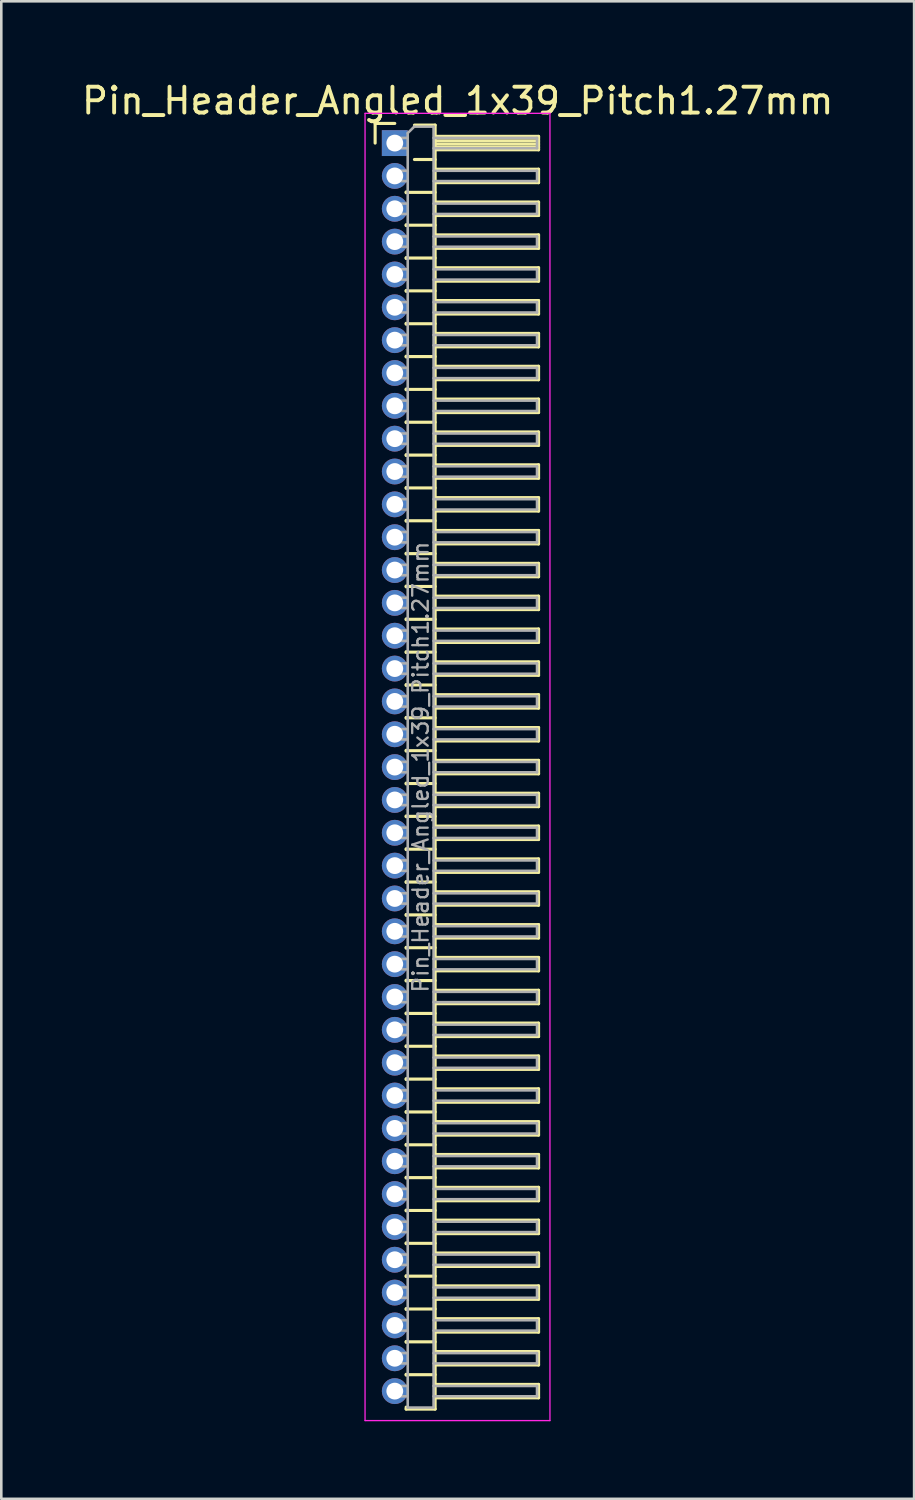
<source format=kicad_pcb>
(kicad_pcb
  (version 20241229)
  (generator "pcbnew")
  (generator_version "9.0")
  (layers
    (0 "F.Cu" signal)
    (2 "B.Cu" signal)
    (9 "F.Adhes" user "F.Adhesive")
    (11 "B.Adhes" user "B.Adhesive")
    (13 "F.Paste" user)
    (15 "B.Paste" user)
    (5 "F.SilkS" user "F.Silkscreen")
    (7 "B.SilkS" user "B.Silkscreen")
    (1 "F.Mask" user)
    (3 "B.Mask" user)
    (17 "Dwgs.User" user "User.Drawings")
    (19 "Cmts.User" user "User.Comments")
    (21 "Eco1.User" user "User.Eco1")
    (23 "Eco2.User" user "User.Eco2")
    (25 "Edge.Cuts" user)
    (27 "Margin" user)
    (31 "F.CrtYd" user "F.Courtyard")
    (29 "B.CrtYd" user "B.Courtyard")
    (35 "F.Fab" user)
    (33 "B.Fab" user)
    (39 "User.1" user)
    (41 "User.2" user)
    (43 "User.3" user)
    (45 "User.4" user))
  (footprint "Pin_Header_Angled_1x39_Pitch1.27mm"
    (layer "F.Cu")
    (at 12.216 2.483)
    (property "Reference" "Pin_Header_Angled_1x39_Pitch1.27mm" (at 2.433 -1.635 0) (layer "F.SilkS") (effects (font (size 1 1) (thickness 0.15))))
    (attr through_hole)
    (fp_line (start -0.76 -0.76) (end 0 -0.76) (stroke (width 0.12) (type solid)) (layer "F.SilkS"))
    (fp_line (start -0.76 0) (end -0.76 -0.76) (stroke (width 0.12) (type solid)) (layer "F.SilkS"))
    (fp_line (start 0.44 1.89) (end 0.44 1.92) (stroke (width 0.12) (type solid)) (layer "F.SilkS"))
    (fp_line (start 0.44 1.905) (end 1.56 1.905) (stroke (width 0.12) (type solid)) (layer "F.SilkS"))
    (fp_line (start 0.44 3.16) (end 0.44 3.19) (stroke (width 0.12) (type solid)) (layer "F.SilkS"))
    (fp_line (start 0.44 3.175) (end 1.56 3.175) (stroke (width 0.12) (type solid)) (layer "F.SilkS"))
    (fp_line (start 0.44 4.43) (end 0.44 4.46) (stroke (width 0.12) (type solid)) (layer "F.SilkS"))
    (fp_line (start 0.44 4.445) (end 1.56 4.445) (stroke (width 0.12) (type solid)) (layer "F.SilkS"))
    (fp_line (start 0.44 5.7) (end 0.44 5.73) (stroke (width 0.12) (type solid)) (layer "F.SilkS"))
    (fp_line (start 0.44 5.715) (end 1.56 5.715) (stroke (width 0.12) (type solid)) (layer "F.SilkS"))
    (fp_line (start 0.44 6.97) (end 0.44 7) (stroke (width 0.12) (type solid)) (layer "F.SilkS"))
    (fp_line (start 0.44 6.985) (end 1.56 6.985) (stroke (width 0.12) (type solid)) (layer "F.SilkS"))
    (fp_line (start 0.44 8.24) (end 0.44 8.27) (stroke (width 0.12) (type solid)) (layer "F.SilkS"))
    (fp_line (start 0.44 8.255) (end 1.56 8.255) (stroke (width 0.12) (type solid)) (layer "F.SilkS"))
    (fp_line (start 0.44 9.51) (end 0.44 9.54) (stroke (width 0.12) (type solid)) (layer "F.SilkS"))
    (fp_line (start 0.44 9.525) (end 1.56 9.525) (stroke (width 0.12) (type solid)) (layer "F.SilkS"))
    (fp_line (start 0.44 10.78) (end 0.44 10.81) (stroke (width 0.12) (type solid)) (layer "F.SilkS"))
    (fp_line (start 0.44 10.795) (end 1.56 10.795) (stroke (width 0.12) (type solid)) (layer "F.SilkS"))
    (fp_line (start 0.44 12.05) (end 0.44 12.08) (stroke (width 0.12) (type solid)) (layer "F.SilkS"))
    (fp_line (start 0.44 12.065) (end 1.56 12.065) (stroke (width 0.12) (type solid)) (layer "F.SilkS"))
    (fp_line (start 0.44 13.32) (end 0.44 13.35) (stroke (width 0.12) (type solid)) (layer "F.SilkS"))
    (fp_line (start 0.44 13.335) (end 1.56 13.335) (stroke (width 0.12) (type solid)) (layer "F.SilkS"))
    (fp_line (start 0.44 14.59) (end 0.44 14.62) (stroke (width 0.12) (type solid)) (layer "F.SilkS"))
    (fp_line (start 0.44 14.605) (end 1.56 14.605) (stroke (width 0.12) (type solid)) (layer "F.SilkS"))
    (fp_line (start 0.44 15.86) (end 0.44 15.89) (stroke (width 0.12) (type solid)) (layer "F.SilkS"))
    (fp_line (start 0.44 15.875) (end 1.56 15.875) (stroke (width 0.12) (type solid)) (layer "F.SilkS"))
    (fp_line (start 0.44 17.13) (end 0.44 17.16) (stroke (width 0.12) (type solid)) (layer "F.SilkS"))
    (fp_line (start 0.44 17.145) (end 1.56 17.145) (stroke (width 0.12) (type solid)) (layer "F.SilkS"))
    (fp_line (start 0.44 18.4) (end 0.44 18.43) (stroke (width 0.12) (type solid)) (layer "F.SilkS"))
    (fp_line (start 0.44 18.415) (end 1.56 18.415) (stroke (width 0.12) (type solid)) (layer "F.SilkS"))
    (fp_line (start 0.44 19.67) (end 0.44 19.7) (stroke (width 0.12) (type solid)) (layer "F.SilkS"))
    (fp_line (start 0.44 19.685) (end 1.56 19.685) (stroke (width 0.12) (type solid)) (layer "F.SilkS"))
    (fp_line (start 0.44 20.94) (end 0.44 20.97) (stroke (width 0.12) (type solid)) (layer "F.SilkS"))
    (fp_line (start 0.44 20.955) (end 1.56 20.955) (stroke (width 0.12) (type solid)) (layer "F.SilkS"))
    (fp_line (start 0.44 22.21) (end 0.44 22.24) (stroke (width 0.12) (type solid)) (layer "F.SilkS"))
    (fp_line (start 0.44 22.225) (end 1.56 22.225) (stroke (width 0.12) (type solid)) (layer "F.SilkS"))
    (fp_line (start 0.44 23.48) (end 0.44 23.51) (stroke (width 0.12) (type solid)) (layer "F.SilkS"))
    (fp_line (start 0.44 23.495) (end 1.56 23.495) (stroke (width 0.12) (type solid)) (layer "F.SilkS"))
    (fp_line (start 0.44 24.75) (end 0.44 24.78) (stroke (width 0.12) (type solid)) (layer "F.SilkS"))
    (fp_line (start 0.44 24.765) (end 1.56 24.765) (stroke (width 0.12) (type solid)) (layer "F.SilkS"))
    (fp_line (start 0.44 26.02) (end 0.44 26.05) (stroke (width 0.12) (type solid)) (layer "F.SilkS"))
    (fp_line (start 0.44 26.035) (end 1.56 26.035) (stroke (width 0.12) (type solid)) (layer "F.SilkS"))
    (fp_line (start 0.44 27.29) (end 0.44 27.32) (stroke (width 0.12) (type solid)) (layer "F.SilkS"))
    (fp_line (start 0.44 27.305) (end 1.56 27.305) (stroke (width 0.12) (type solid)) (layer "F.SilkS"))
    (fp_line (start 0.44 28.56) (end 0.44 28.59) (stroke (width 0.12) (type solid)) (layer "F.SilkS"))
    (fp_line (start 0.44 28.575) (end 1.56 28.575) (stroke (width 0.12) (type solid)) (layer "F.SilkS"))
    (fp_line (start 0.44 29.83) (end 0.44 29.86) (stroke (width 0.12) (type solid)) (layer "F.SilkS"))
    (fp_line (start 0.44 29.845) (end 1.56 29.845) (stroke (width 0.12) (type solid)) (layer "F.SilkS"))
    (fp_line (start 0.44 31.1) (end 0.44 31.13) (stroke (width 0.12) (type solid)) (layer "F.SilkS"))
    (fp_line (start 0.44 31.115) (end 1.56 31.115) (stroke (width 0.12) (type solid)) (layer "F.SilkS"))
    (fp_line (start 0.44 32.37) (end 0.44 32.4) (stroke (width 0.12) (type solid)) (layer "F.SilkS"))
    (fp_line (start 0.44 32.385) (end 1.56 32.385) (stroke (width 0.12) (type solid)) (layer "F.SilkS"))
    (fp_line (start 0.44 33.64) (end 0.44 33.67) (stroke (width 0.12) (type solid)) (layer "F.SilkS"))
    (fp_line (start 0.44 33.655) (end 1.56 33.655) (stroke (width 0.12) (type solid)) (layer "F.SilkS"))
    (fp_line (start 0.44 34.91) (end 0.44 34.94) (stroke (width 0.12) (type solid)) (layer "F.SilkS"))
    (fp_line (start 0.44 34.925) (end 1.56 34.925) (stroke (width 0.12) (type solid)) (layer "F.SilkS"))
    (fp_line (start 0.44 36.18) (end 0.44 36.21) (stroke (width 0.12) (type solid)) (layer "F.SilkS"))
    (fp_line (start 0.44 36.195) (end 1.56 36.195) (stroke (width 0.12) (type solid)) (layer "F.SilkS"))
    (fp_line (start 0.44 37.45) (end 0.44 37.48) (stroke (width 0.12) (type solid)) (layer "F.SilkS"))
    (fp_line (start 0.44 37.465) (end 1.56 37.465) (stroke (width 0.12) (type solid)) (layer "F.SilkS"))
    (fp_line (start 0.44 38.72) (end 0.44 38.75) (stroke (width 0.12) (type solid)) (layer "F.SilkS"))
    (fp_line (start 0.44 38.735) (end 1.56 38.735) (stroke (width 0.12) (type solid)) (layer "F.SilkS"))
    (fp_line (start 0.44 39.99) (end 0.44 40.02) (stroke (width 0.12) (type solid)) (layer "F.SilkS"))
    (fp_line (start 0.44 40.005) (end 1.56 40.005) (stroke (width 0.12) (type solid)) (layer "F.SilkS"))
    (fp_line (start 0.44 41.26) (end 0.44 41.29) (stroke (width 0.12) (type solid)) (layer "F.SilkS"))
    (fp_line (start 0.44 41.275) (end 1.56 41.275) (stroke (width 0.12) (type solid)) (layer "F.SilkS"))
    (fp_line (start 0.44 42.53) (end 0.44 42.56) (stroke (width 0.12) (type solid)) (layer "F.SilkS"))
    (fp_line (start 0.44 42.545) (end 1.56 42.545) (stroke (width 0.12) (type solid)) (layer "F.SilkS"))
    (fp_line (start 0.44 43.8) (end 0.44 43.83) (stroke (width 0.12) (type solid)) (layer "F.SilkS"))
    (fp_line (start 0.44 43.815) (end 1.56 43.815) (stroke (width 0.12) (type solid)) (layer "F.SilkS"))
    (fp_line (start 0.44 45.07) (end 0.44 45.1) (stroke (width 0.12) (type solid)) (layer "F.SilkS"))
    (fp_line (start 0.44 45.085) (end 1.56 45.085) (stroke (width 0.12) (type solid)) (layer "F.SilkS"))
    (fp_line (start 0.44 46.34) (end 0.44 46.37) (stroke (width 0.12) (type solid)) (layer "F.SilkS"))
    (fp_line (start 0.44 46.355) (end 1.56 46.355) (stroke (width 0.12) (type solid)) (layer "F.SilkS"))
    (fp_line (start 0.44 47.61) (end 0.44 47.64) (stroke (width 0.12) (type solid)) (layer "F.SilkS"))
    (fp_line (start 0.44 47.625) (end 1.56 47.625) (stroke (width 0.12) (type solid)) (layer "F.SilkS"))
    (fp_line (start 0.44 48.955) (end 0.44 48.88) (stroke (width 0.12) (type solid)) (layer "F.SilkS"))
    (fp_line (start 0.76 -0.695) (end 1.56 -0.695) (stroke (width 0.12) (type solid)) (layer "F.SilkS"))
    (fp_line (start 0.76 0.635) (end 1.56 0.635) (stroke (width 0.12) (type solid)) (layer "F.SilkS"))
    (fp_line (start 1.56 -0.695) (end 1.56 48.955) (stroke (width 0.12) (type solid)) (layer "F.SilkS"))
    (fp_line (start 1.56 -0.26) (end 5.56 -0.26) (stroke (width 0.12) (type solid)) (layer "F.SilkS"))
    (fp_line (start 1.56 -0.2) (end 5.56 -0.2) (stroke (width 0.12) (type solid)) (layer "F.SilkS"))
    (fp_line (start 1.56 -0.08) (end 5.56 -0.08) (stroke (width 0.12) (type solid)) (layer "F.SilkS"))
    (fp_line (start 1.56 0.04) (end 5.56 0.04) (stroke (width 0.12) (type solid)) (layer "F.SilkS"))
    (fp_line (start 1.56 0.16) (end 5.56 0.16) (stroke (width 0.12) (type solid)) (layer "F.SilkS"))
    (fp_line (start 1.56 1.01) (end 5.56 1.01) (stroke (width 0.12) (type solid)) (layer "F.SilkS"))
    (fp_line (start 1.56 2.28) (end 5.56 2.28) (stroke (width 0.12) (type solid)) (layer "F.SilkS"))
    (fp_line (start 1.56 3.55) (end 5.56 3.55) (stroke (width 0.12) (type solid)) (layer "F.SilkS"))
    (fp_line (start 1.56 4.82) (end 5.56 4.82) (stroke (width 0.12) (type solid)) (layer "F.SilkS"))
    (fp_line (start 1.56 6.09) (end 5.56 6.09) (stroke (width 0.12) (type solid)) (layer "F.SilkS"))
    (fp_line (start 1.56 7.36) (end 5.56 7.36) (stroke (width 0.12) (type solid)) (layer "F.SilkS"))
    (fp_line (start 1.56 8.63) (end 5.56 8.63) (stroke (width 0.12) (type solid)) (layer "F.SilkS"))
    (fp_line (start 1.56 9.9) (end 5.56 9.9) (stroke (width 0.12) (type solid)) (layer "F.SilkS"))
    (fp_line (start 1.56 11.17) (end 5.56 11.17) (stroke (width 0.12) (type solid)) (layer "F.SilkS"))
    (fp_line (start 1.56 12.44) (end 5.56 12.44) (stroke (width 0.12) (type solid)) (layer "F.SilkS"))
    (fp_line (start 1.56 13.71) (end 5.56 13.71) (stroke (width 0.12) (type solid)) (layer "F.SilkS"))
    (fp_line (start 1.56 14.98) (end 5.56 14.98) (stroke (width 0.12) (type solid)) (layer "F.SilkS"))
    (fp_line (start 1.56 16.25) (end 5.56 16.25) (stroke (width 0.12) (type solid)) (layer "F.SilkS"))
    (fp_line (start 1.56 17.52) (end 5.56 17.52) (stroke (width 0.12) (type solid)) (layer "F.SilkS"))
    (fp_line (start 1.56 18.79) (end 5.56 18.79) (stroke (width 0.12) (type solid)) (layer "F.SilkS"))
    (fp_line (start 1.56 20.06) (end 5.56 20.06) (stroke (width 0.12) (type solid)) (layer "F.SilkS"))
    (fp_line (start 1.56 21.33) (end 5.56 21.33) (stroke (width 0.12) (type solid)) (layer "F.SilkS"))
    (fp_line (start 1.56 22.6) (end 5.56 22.6) (stroke (width 0.12) (type solid)) (layer "F.SilkS"))
    (fp_line (start 1.56 23.87) (end 5.56 23.87) (stroke (width 0.12) (type solid)) (layer "F.SilkS"))
    (fp_line (start 1.56 25.14) (end 5.56 25.14) (stroke (width 0.12) (type solid)) (layer "F.SilkS"))
    (fp_line (start 1.56 26.41) (end 5.56 26.41) (stroke (width 0.12) (type solid)) (layer "F.SilkS"))
    (fp_line (start 1.56 27.68) (end 5.56 27.68) (stroke (width 0.12) (type solid)) (layer "F.SilkS"))
    (fp_line (start 1.56 28.95) (end 5.56 28.95) (stroke (width 0.12) (type solid)) (layer "F.SilkS"))
    (fp_line (start 1.56 30.22) (end 5.56 30.22) (stroke (width 0.12) (type solid)) (layer "F.SilkS"))
    (fp_line (start 1.56 31.49) (end 5.56 31.49) (stroke (width 0.12) (type solid)) (layer "F.SilkS"))
    (fp_line (start 1.56 32.76) (end 5.56 32.76) (stroke (width 0.12) (type solid)) (layer "F.SilkS"))
    (fp_line (start 1.56 34.03) (end 5.56 34.03) (stroke (width 0.12) (type solid)) (layer "F.SilkS"))
    (fp_line (start 1.56 35.3) (end 5.56 35.3) (stroke (width 0.12) (type solid)) (layer "F.SilkS"))
    (fp_line (start 1.56 36.57) (end 5.56 36.57) (stroke (width 0.12) (type solid)) (layer "F.SilkS"))
    (fp_line (start 1.56 37.84) (end 5.56 37.84) (stroke (width 0.12) (type solid)) (layer "F.SilkS"))
    (fp_line (start 1.56 39.11) (end 5.56 39.11) (stroke (width 0.12) (type solid)) (layer "F.SilkS"))
    (fp_line (start 1.56 40.38) (end 5.56 40.38) (stroke (width 0.12) (type solid)) (layer "F.SilkS"))
    (fp_line (start 1.56 41.65) (end 5.56 41.65) (stroke (width 0.12) (type solid)) (layer "F.SilkS"))
    (fp_line (start 1.56 42.92) (end 5.56 42.92) (stroke (width 0.12) (type solid)) (layer "F.SilkS"))
    (fp_line (start 1.56 44.19) (end 5.56 44.19) (stroke (width 0.12) (type solid)) (layer "F.SilkS"))
    (fp_line (start 1.56 45.46) (end 5.56 45.46) (stroke (width 0.12) (type solid)) (layer "F.SilkS"))
    (fp_line (start 1.56 46.73) (end 5.56 46.73) (stroke (width 0.12) (type solid)) (layer "F.SilkS"))
    (fp_line (start 1.56 48) (end 5.56 48) (stroke (width 0.12) (type solid)) (layer "F.SilkS"))
    (fp_line (start 1.56 48.955) (end 0.44 48.955) (stroke (width 0.12) (type solid)) (layer "F.SilkS"))
    (fp_line (start 5.56 -0.26) (end 5.56 0.26) (stroke (width 0.12) (type solid)) (layer "F.SilkS"))
    (fp_line (start 5.56 0.26) (end 1.56 0.26) (stroke (width 0.12) (type solid)) (layer "F.SilkS"))
    (fp_line (start 5.56 1.01) (end 5.56 1.53) (stroke (width 0.12) (type solid)) (layer "F.SilkS"))
    (fp_line (start 5.56 1.53) (end 1.56 1.53) (stroke (width 0.12) (type solid)) (layer "F.SilkS"))
    (fp_line (start 5.56 2.28) (end 5.56 2.8) (stroke (width 0.12) (type solid)) (layer "F.SilkS"))
    (fp_line (start 5.56 2.8) (end 1.56 2.8) (stroke (width 0.12) (type solid)) (layer "F.SilkS"))
    (fp_line (start 5.56 3.55) (end 5.56 4.07) (stroke (width 0.12) (type solid)) (layer "F.SilkS"))
    (fp_line (start 5.56 4.07) (end 1.56 4.07) (stroke (width 0.12) (type solid)) (layer "F.SilkS"))
    (fp_line (start 5.56 4.82) (end 5.56 5.34) (stroke (width 0.12) (type solid)) (layer "F.SilkS"))
    (fp_line (start 5.56 5.34) (end 1.56 5.34) (stroke (width 0.12) (type solid)) (layer "F.SilkS"))
    (fp_line (start 5.56 6.09) (end 5.56 6.61) (stroke (width 0.12) (type solid)) (layer "F.SilkS"))
    (fp_line (start 5.56 6.61) (end 1.56 6.61) (stroke (width 0.12) (type solid)) (layer "F.SilkS"))
    (fp_line (start 5.56 7.36) (end 5.56 7.88) (stroke (width 0.12) (type solid)) (layer "F.SilkS"))
    (fp_line (start 5.56 7.88) (end 1.56 7.88) (stroke (width 0.12) (type solid)) (layer "F.SilkS"))
    (fp_line (start 5.56 8.63) (end 5.56 9.15) (stroke (width 0.12) (type solid)) (layer "F.SilkS"))
    (fp_line (start 5.56 9.15) (end 1.56 9.15) (stroke (width 0.12) (type solid)) (layer "F.SilkS"))
    (fp_line (start 5.56 9.9) (end 5.56 10.42) (stroke (width 0.12) (type solid)) (layer "F.SilkS"))
    (fp_line (start 5.56 10.42) (end 1.56 10.42) (stroke (width 0.12) (type solid)) (layer "F.SilkS"))
    (fp_line (start 5.56 11.17) (end 5.56 11.69) (stroke (width 0.12) (type solid)) (layer "F.SilkS"))
    (fp_line (start 5.56 11.69) (end 1.56 11.69) (stroke (width 0.12) (type solid)) (layer "F.SilkS"))
    (fp_line (start 5.56 12.44) (end 5.56 12.96) (stroke (width 0.12) (type solid)) (layer "F.SilkS"))
    (fp_line (start 5.56 12.96) (end 1.56 12.96) (stroke (width 0.12) (type solid)) (layer "F.SilkS"))
    (fp_line (start 5.56 13.71) (end 5.56 14.23) (stroke (width 0.12) (type solid)) (layer "F.SilkS"))
    (fp_line (start 5.56 14.23) (end 1.56 14.23) (stroke (width 0.12) (type solid)) (layer "F.SilkS"))
    (fp_line (start 5.56 14.98) (end 5.56 15.5) (stroke (width 0.12) (type solid)) (layer "F.SilkS"))
    (fp_line (start 5.56 15.5) (end 1.56 15.5) (stroke (width 0.12) (type solid)) (layer "F.SilkS"))
    (fp_line (start 5.56 16.25) (end 5.56 16.77) (stroke (width 0.12) (type solid)) (layer "F.SilkS"))
    (fp_line (start 5.56 16.77) (end 1.56 16.77) (stroke (width 0.12) (type solid)) (layer "F.SilkS"))
    (fp_line (start 5.56 17.52) (end 5.56 18.04) (stroke (width 0.12) (type solid)) (layer "F.SilkS"))
    (fp_line (start 5.56 18.04) (end 1.56 18.04) (stroke (width 0.12) (type solid)) (layer "F.SilkS"))
    (fp_line (start 5.56 18.79) (end 5.56 19.31) (stroke (width 0.12) (type solid)) (layer "F.SilkS"))
    (fp_line (start 5.56 19.31) (end 1.56 19.31) (stroke (width 0.12) (type solid)) (layer "F.SilkS"))
    (fp_line (start 5.56 20.06) (end 5.56 20.58) (stroke (width 0.12) (type solid)) (layer "F.SilkS"))
    (fp_line (start 5.56 20.58) (end 1.56 20.58) (stroke (width 0.12) (type solid)) (layer "F.SilkS"))
    (fp_line (start 5.56 21.33) (end 5.56 21.85) (stroke (width 0.12) (type solid)) (layer "F.SilkS"))
    (fp_line (start 5.56 21.85) (end 1.56 21.85) (stroke (width 0.12) (type solid)) (layer "F.SilkS"))
    (fp_line (start 5.56 22.6) (end 5.56 23.12) (stroke (width 0.12) (type solid)) (layer "F.SilkS"))
    (fp_line (start 5.56 23.12) (end 1.56 23.12) (stroke (width 0.12) (type solid)) (layer "F.SilkS"))
    (fp_line (start 5.56 23.87) (end 5.56 24.39) (stroke (width 0.12) (type solid)) (layer "F.SilkS"))
    (fp_line (start 5.56 24.39) (end 1.56 24.39) (stroke (width 0.12) (type solid)) (layer "F.SilkS"))
    (fp_line (start 5.56 25.14) (end 5.56 25.66) (stroke (width 0.12) (type solid)) (layer "F.SilkS"))
    (fp_line (start 5.56 25.66) (end 1.56 25.66) (stroke (width 0.12) (type solid)) (layer "F.SilkS"))
    (fp_line (start 5.56 26.41) (end 5.56 26.93) (stroke (width 0.12) (type solid)) (layer "F.SilkS"))
    (fp_line (start 5.56 26.93) (end 1.56 26.93) (stroke (width 0.12) (type solid)) (layer "F.SilkS"))
    (fp_line (start 5.56 27.68) (end 5.56 28.2) (stroke (width 0.12) (type solid)) (layer "F.SilkS"))
    (fp_line (start 5.56 28.2) (end 1.56 28.2) (stroke (width 0.12) (type solid)) (layer "F.SilkS"))
    (fp_line (start 5.56 28.95) (end 5.56 29.47) (stroke (width 0.12) (type solid)) (layer "F.SilkS"))
    (fp_line (start 5.56 29.47) (end 1.56 29.47) (stroke (width 0.12) (type solid)) (layer "F.SilkS"))
    (fp_line (start 5.56 30.22) (end 5.56 30.74) (stroke (width 0.12) (type solid)) (layer "F.SilkS"))
    (fp_line (start 5.56 30.74) (end 1.56 30.74) (stroke (width 0.12) (type solid)) (layer "F.SilkS"))
    (fp_line (start 5.56 31.49) (end 5.56 32.01) (stroke (width 0.12) (type solid)) (layer "F.SilkS"))
    (fp_line (start 5.56 32.01) (end 1.56 32.01) (stroke (width 0.12) (type solid)) (layer "F.SilkS"))
    (fp_line (start 5.56 32.76) (end 5.56 33.28) (stroke (width 0.12) (type solid)) (layer "F.SilkS"))
    (fp_line (start 5.56 33.28) (end 1.56 33.28) (stroke (width 0.12) (type solid)) (layer "F.SilkS"))
    (fp_line (start 5.56 34.03) (end 5.56 34.55) (stroke (width 0.12) (type solid)) (layer "F.SilkS"))
    (fp_line (start 5.56 34.55) (end 1.56 34.55) (stroke (width 0.12) (type solid)) (layer "F.SilkS"))
    (fp_line (start 5.56 35.3) (end 5.56 35.82) (stroke (width 0.12) (type solid)) (layer "F.SilkS"))
    (fp_line (start 5.56 35.82) (end 1.56 35.82) (stroke (width 0.12) (type solid)) (layer "F.SilkS"))
    (fp_line (start 5.56 36.57) (end 5.56 37.09) (stroke (width 0.12) (type solid)) (layer "F.SilkS"))
    (fp_line (start 5.56 37.09) (end 1.56 37.09) (stroke (width 0.12) (type solid)) (layer "F.SilkS"))
    (fp_line (start 5.56 37.84) (end 5.56 38.36) (stroke (width 0.12) (type solid)) (layer "F.SilkS"))
    (fp_line (start 5.56 38.36) (end 1.56 38.36) (stroke (width 0.12) (type solid)) (layer "F.SilkS"))
    (fp_line (start 5.56 39.11) (end 5.56 39.63) (stroke (width 0.12) (type solid)) (layer "F.SilkS"))
    (fp_line (start 5.56 39.63) (end 1.56 39.63) (stroke (width 0.12) (type solid)) (layer "F.SilkS"))
    (fp_line (start 5.56 40.38) (end 5.56 40.9) (stroke (width 0.12) (type solid)) (layer "F.SilkS"))
    (fp_line (start 5.56 40.9) (end 1.56 40.9) (stroke (width 0.12) (type solid)) (layer "F.SilkS"))
    (fp_line (start 5.56 41.65) (end 5.56 42.17) (stroke (width 0.12) (type solid)) (layer "F.SilkS"))
    (fp_line (start 5.56 42.17) (end 1.56 42.17) (stroke (width 0.12) (type solid)) (layer "F.SilkS"))
    (fp_line (start 5.56 42.92) (end 5.56 43.44) (stroke (width 0.12) (type solid)) (layer "F.SilkS"))
    (fp_line (start 5.56 43.44) (end 1.56 43.44) (stroke (width 0.12) (type solid)) (layer "F.SilkS"))
    (fp_line (start 5.56 44.19) (end 5.56 44.71) (stroke (width 0.12) (type solid)) (layer "F.SilkS"))
    (fp_line (start 5.56 44.71) (end 1.56 44.71) (stroke (width 0.12) (type solid)) (layer "F.SilkS"))
    (fp_line (start 5.56 45.46) (end 5.56 45.98) (stroke (width 0.12) (type solid)) (layer "F.SilkS"))
    (fp_line (start 5.56 45.98) (end 1.56 45.98) (stroke (width 0.12) (type solid)) (layer "F.SilkS"))
    (fp_line (start 5.56 46.73) (end 5.56 47.25) (stroke (width 0.12) (type solid)) (layer "F.SilkS"))
    (fp_line (start 5.56 47.25) (end 1.56 47.25) (stroke (width 0.12) (type solid)) (layer "F.SilkS"))
    (fp_line (start 5.56 48) (end 5.56 48.52) (stroke (width 0.12) (type solid)) (layer "F.SilkS"))
    (fp_line (start 5.56 48.52) (end 1.56 48.52) (stroke (width 0.12) (type solid)) (layer "F.SilkS"))
    (fp_line (start -1.15 -1.15) (end -1.15 49.4) (stroke (width 0.05) (type solid)) (layer "F.CrtYd"))
    (fp_line (start -1.15 49.4) (end 6 49.4) (stroke (width 0.05) (type solid)) (layer "F.CrtYd"))
    (fp_line (start 6 -1.15) (end -1.15 -1.15) (stroke (width 0.05) (type solid)) (layer "F.CrtYd"))
    (fp_line (start 6 49.4) (end 6 -1.15) (stroke (width 0.05) (type solid)) (layer "F.CrtYd"))
    (fp_line (start -0.2 -0.2) (end -0.2 0.2) (stroke (width 0.1) (type solid)) (layer "F.Fab"))
    (fp_line (start -0.2 -0.2) (end 0.5 -0.2) (stroke (width 0.1) (type solid)) (layer "F.Fab"))
    (fp_line (start -0.2 0.2) (end 0.5 0.2) (stroke (width 0.1) (type solid)) (layer "F.Fab"))
    (fp_line (start -0.2 1.07) (end -0.2 1.47) (stroke (width 0.1) (type solid)) (layer "F.Fab"))
    (fp_line (start -0.2 1.07) (end 0.5 1.07) (stroke (width 0.1) (type solid)) (layer "F.Fab"))
    (fp_line (start -0.2 1.47) (end 0.5 1.47) (stroke (width 0.1) (type solid)) (layer "F.Fab"))
    (fp_line (start -0.2 2.34) (end -0.2 2.74) (stroke (width 0.1) (type solid)) (layer "F.Fab"))
    (fp_line (start -0.2 2.34) (end 0.5 2.34) (stroke (width 0.1) (type solid)) (layer "F.Fab"))
    (fp_line (start -0.2 2.74) (end 0.5 2.74) (stroke (width 0.1) (type solid)) (layer "F.Fab"))
    (fp_line (start -0.2 3.61) (end -0.2 4.01) (stroke (width 0.1) (type solid)) (layer "F.Fab"))
    (fp_line (start -0.2 3.61) (end 0.5 3.61) (stroke (width 0.1) (type solid)) (layer "F.Fab"))
    (fp_line (start -0.2 4.01) (end 0.5 4.01) (stroke (width 0.1) (type solid)) (layer "F.Fab"))
    (fp_line (start -0.2 4.88) (end -0.2 5.28) (stroke (width 0.1) (type solid)) (layer "F.Fab"))
    (fp_line (start -0.2 4.88) (end 0.5 4.88) (stroke (width 0.1) (type solid)) (layer "F.Fab"))
    (fp_line (start -0.2 5.28) (end 0.5 5.28) (stroke (width 0.1) (type solid)) (layer "F.Fab"))
    (fp_line (start -0.2 6.15) (end -0.2 6.55) (stroke (width 0.1) (type solid)) (layer "F.Fab"))
    (fp_line (start -0.2 6.15) (end 0.5 6.15) (stroke (width 0.1) (type solid)) (layer "F.Fab"))
    (fp_line (start -0.2 6.55) (end 0.5 6.55) (stroke (width 0.1) (type solid)) (layer "F.Fab"))
    (fp_line (start -0.2 7.42) (end -0.2 7.82) (stroke (width 0.1) (type solid)) (layer "F.Fab"))
    (fp_line (start -0.2 7.42) (end 0.5 7.42) (stroke (width 0.1) (type solid)) (layer "F.Fab"))
    (fp_line (start -0.2 7.82) (end 0.5 7.82) (stroke (width 0.1) (type solid)) (layer "F.Fab"))
    (fp_line (start -0.2 8.69) (end -0.2 9.09) (stroke (width 0.1) (type solid)) (layer "F.Fab"))
    (fp_line (start -0.2 8.69) (end 0.5 8.69) (stroke (width 0.1) (type solid)) (layer "F.Fab"))
    (fp_line (start -0.2 9.09) (end 0.5 9.09) (stroke (width 0.1) (type solid)) (layer "F.Fab"))
    (fp_line (start -0.2 9.96) (end -0.2 10.36) (stroke (width 0.1) (type solid)) (layer "F.Fab"))
    (fp_line (start -0.2 9.96) (end 0.5 9.96) (stroke (width 0.1) (type solid)) (layer "F.Fab"))
    (fp_line (start -0.2 10.36) (end 0.5 10.36) (stroke (width 0.1) (type solid)) (layer "F.Fab"))
    (fp_line (start -0.2 11.23) (end -0.2 11.63) (stroke (width 0.1) (type solid)) (layer "F.Fab"))
    (fp_line (start -0.2 11.23) (end 0.5 11.23) (stroke (width 0.1) (type solid)) (layer "F.Fab"))
    (fp_line (start -0.2 11.63) (end 0.5 11.63) (stroke (width 0.1) (type solid)) (layer "F.Fab"))
    (fp_line (start -0.2 12.5) (end -0.2 12.9) (stroke (width 0.1) (type solid)) (layer "F.Fab"))
    (fp_line (start -0.2 12.5) (end 0.5 12.5) (stroke (width 0.1) (type solid)) (layer "F.Fab"))
    (fp_line (start -0.2 12.9) (end 0.5 12.9) (stroke (width 0.1) (type solid)) (layer "F.Fab"))
    (fp_line (start -0.2 13.77) (end -0.2 14.17) (stroke (width 0.1) (type solid)) (layer "F.Fab"))
    (fp_line (start -0.2 13.77) (end 0.5 13.77) (stroke (width 0.1) (type solid)) (layer "F.Fab"))
    (fp_line (start -0.2 14.17) (end 0.5 14.17) (stroke (width 0.1) (type solid)) (layer "F.Fab"))
    (fp_line (start -0.2 15.04) (end -0.2 15.44) (stroke (width 0.1) (type solid)) (layer "F.Fab"))
    (fp_line (start -0.2 15.04) (end 0.5 15.04) (stroke (width 0.1) (type solid)) (layer "F.Fab"))
    (fp_line (start -0.2 15.44) (end 0.5 15.44) (stroke (width 0.1) (type solid)) (layer "F.Fab"))
    (fp_line (start -0.2 16.31) (end -0.2 16.71) (stroke (width 0.1) (type solid)) (layer "F.Fab"))
    (fp_line (start -0.2 16.31) (end 0.5 16.31) (stroke (width 0.1) (type solid)) (layer "F.Fab"))
    (fp_line (start -0.2 16.71) (end 0.5 16.71) (stroke (width 0.1) (type solid)) (layer "F.Fab"))
    (fp_line (start -0.2 17.58) (end -0.2 17.98) (stroke (width 0.1) (type solid)) (layer "F.Fab"))
    (fp_line (start -0.2 17.58) (end 0.5 17.58) (stroke (width 0.1) (type solid)) (layer "F.Fab"))
    (fp_line (start -0.2 17.98) (end 0.5 17.98) (stroke (width 0.1) (type solid)) (layer "F.Fab"))
    (fp_line (start -0.2 18.85) (end -0.2 19.25) (stroke (width 0.1) (type solid)) (layer "F.Fab"))
    (fp_line (start -0.2 18.85) (end 0.5 18.85) (stroke (width 0.1) (type solid)) (layer "F.Fab"))
    (fp_line (start -0.2 19.25) (end 0.5 19.25) (stroke (width 0.1) (type solid)) (layer "F.Fab"))
    (fp_line (start -0.2 20.12) (end -0.2 20.52) (stroke (width 0.1) (type solid)) (layer "F.Fab"))
    (fp_line (start -0.2 20.12) (end 0.5 20.12) (stroke (width 0.1) (type solid)) (layer "F.Fab"))
    (fp_line (start -0.2 20.52) (end 0.5 20.52) (stroke (width 0.1) (type solid)) (layer "F.Fab"))
    (fp_line (start -0.2 21.39) (end -0.2 21.79) (stroke (width 0.1) (type solid)) (layer "F.Fab"))
    (fp_line (start -0.2 21.39) (end 0.5 21.39) (stroke (width 0.1) (type solid)) (layer "F.Fab"))
    (fp_line (start -0.2 21.79) (end 0.5 21.79) (stroke (width 0.1) (type solid)) (layer "F.Fab"))
    (fp_line (start -0.2 22.66) (end -0.2 23.06) (stroke (width 0.1) (type solid)) (layer "F.Fab"))
    (fp_line (start -0.2 22.66) (end 0.5 22.66) (stroke (width 0.1) (type solid)) (layer "F.Fab"))
    (fp_line (start -0.2 23.06) (end 0.5 23.06) (stroke (width 0.1) (type solid)) (layer "F.Fab"))
    (fp_line (start -0.2 23.93) (end -0.2 24.33) (stroke (width 0.1) (type solid)) (layer "F.Fab"))
    (fp_line (start -0.2 23.93) (end 0.5 23.93) (stroke (width 0.1) (type solid)) (layer "F.Fab"))
    (fp_line (start -0.2 24.33) (end 0.5 24.33) (stroke (width 0.1) (type solid)) (layer "F.Fab"))
    (fp_line (start -0.2 25.2) (end -0.2 25.6) (stroke (width 0.1) (type solid)) (layer "F.Fab"))
    (fp_line (start -0.2 25.2) (end 0.5 25.2) (stroke (width 0.1) (type solid)) (layer "F.Fab"))
    (fp_line (start -0.2 25.6) (end 0.5 25.6) (stroke (width 0.1) (type solid)) (layer "F.Fab"))
    (fp_line (start -0.2 26.47) (end -0.2 26.87) (stroke (width 0.1) (type solid)) (layer "F.Fab"))
    (fp_line (start -0.2 26.47) (end 0.5 26.47) (stroke (width 0.1) (type solid)) (layer "F.Fab"))
    (fp_line (start -0.2 26.87) (end 0.5 26.87) (stroke (width 0.1) (type solid)) (layer "F.Fab"))
    (fp_line (start -0.2 27.74) (end -0.2 28.14) (stroke (width 0.1) (type solid)) (layer "F.Fab"))
    (fp_line (start -0.2 27.74) (end 0.5 27.74) (stroke (width 0.1) (type solid)) (layer "F.Fab"))
    (fp_line (start -0.2 28.14) (end 0.5 28.14) (stroke (width 0.1) (type solid)) (layer "F.Fab"))
    (fp_line (start -0.2 29.01) (end -0.2 29.41) (stroke (width 0.1) (type solid)) (layer "F.Fab"))
    (fp_line (start -0.2 29.01) (end 0.5 29.01) (stroke (width 0.1) (type solid)) (layer "F.Fab"))
    (fp_line (start -0.2 29.41) (end 0.5 29.41) (stroke (width 0.1) (type solid)) (layer "F.Fab"))
    (fp_line (start -0.2 30.28) (end -0.2 30.68) (stroke (width 0.1) (type solid)) (layer "F.Fab"))
    (fp_line (start -0.2 30.28) (end 0.5 30.28) (stroke (width 0.1) (type solid)) (layer "F.Fab"))
    (fp_line (start -0.2 30.68) (end 0.5 30.68) (stroke (width 0.1) (type solid)) (layer "F.Fab"))
    (fp_line (start -0.2 31.55) (end -0.2 31.95) (stroke (width 0.1) (type solid)) (layer "F.Fab"))
    (fp_line (start -0.2 31.55) (end 0.5 31.55) (stroke (width 0.1) (type solid)) (layer "F.Fab"))
    (fp_line (start -0.2 31.95) (end 0.5 31.95) (stroke (width 0.1) (type solid)) (layer "F.Fab"))
    (fp_line (start -0.2 32.82) (end -0.2 33.22) (stroke (width 0.1) (type solid)) (layer "F.Fab"))
    (fp_line (start -0.2 32.82) (end 0.5 32.82) (stroke (width 0.1) (type solid)) (layer "F.Fab"))
    (fp_line (start -0.2 33.22) (end 0.5 33.22) (stroke (width 0.1) (type solid)) (layer "F.Fab"))
    (fp_line (start -0.2 34.09) (end -0.2 34.49) (stroke (width 0.1) (type solid)) (layer "F.Fab"))
    (fp_line (start -0.2 34.09) (end 0.5 34.09) (stroke (width 0.1) (type solid)) (layer "F.Fab"))
    (fp_line (start -0.2 34.49) (end 0.5 34.49) (stroke (width 0.1) (type solid)) (layer "F.Fab"))
    (fp_line (start -0.2 35.36) (end -0.2 35.76) (stroke (width 0.1) (type solid)) (layer "F.Fab"))
    (fp_line (start -0.2 35.36) (end 0.5 35.36) (stroke (width 0.1) (type solid)) (layer "F.Fab"))
    (fp_line (start -0.2 35.76) (end 0.5 35.76) (stroke (width 0.1) (type solid)) (layer "F.Fab"))
    (fp_line (start -0.2 36.63) (end -0.2 37.03) (stroke (width 0.1) (type solid)) (layer "F.Fab"))
    (fp_line (start -0.2 36.63) (end 0.5 36.63) (stroke (width 0.1) (type solid)) (layer "F.Fab"))
    (fp_line (start -0.2 37.03) (end 0.5 37.03) (stroke (width 0.1) (type solid)) (layer "F.Fab"))
    (fp_line (start -0.2 37.9) (end -0.2 38.3) (stroke (width 0.1) (type solid)) (layer "F.Fab"))
    (fp_line (start -0.2 37.9) (end 0.5 37.9) (stroke (width 0.1) (type solid)) (layer "F.Fab"))
    (fp_line (start -0.2 38.3) (end 0.5 38.3) (stroke (width 0.1) (type solid)) (layer "F.Fab"))
    (fp_line (start -0.2 39.17) (end -0.2 39.57) (stroke (width 0.1) (type solid)) (layer "F.Fab"))
    (fp_line (start -0.2 39.17) (end 0.5 39.17) (stroke (width 0.1) (type solid)) (layer "F.Fab"))
    (fp_line (start -0.2 39.57) (end 0.5 39.57) (stroke (width 0.1) (type solid)) (layer "F.Fab"))
    (fp_line (start -0.2 40.44) (end -0.2 40.84) (stroke (width 0.1) (type solid)) (layer "F.Fab"))
    (fp_line (start -0.2 40.44) (end 0.5 40.44) (stroke (width 0.1) (type solid)) (layer "F.Fab"))
    (fp_line (start -0.2 40.84) (end 0.5 40.84) (stroke (width 0.1) (type solid)) (layer "F.Fab"))
    (fp_line (start -0.2 41.71) (end -0.2 42.11) (stroke (width 0.1) (type solid)) (layer "F.Fab"))
    (fp_line (start -0.2 41.71) (end 0.5 41.71) (stroke (width 0.1) (type solid)) (layer "F.Fab"))
    (fp_line (start -0.2 42.11) (end 0.5 42.11) (stroke (width 0.1) (type solid)) (layer "F.Fab"))
    (fp_line (start -0.2 42.98) (end -0.2 43.38) (stroke (width 0.1) (type solid)) (layer "F.Fab"))
    (fp_line (start -0.2 42.98) (end 0.5 42.98) (stroke (width 0.1) (type solid)) (layer "F.Fab"))
    (fp_line (start -0.2 43.38) (end 0.5 43.38) (stroke (width 0.1) (type solid)) (layer "F.Fab"))
    (fp_line (start -0.2 44.25) (end -0.2 44.65) (stroke (width 0.1) (type solid)) (layer "F.Fab"))
    (fp_line (start -0.2 44.25) (end 0.5 44.25) (stroke (width 0.1) (type solid)) (layer "F.Fab"))
    (fp_line (start -0.2 44.65) (end 0.5 44.65) (stroke (width 0.1) (type solid)) (layer "F.Fab"))
    (fp_line (start -0.2 45.52) (end -0.2 45.92) (stroke (width 0.1) (type solid)) (layer "F.Fab"))
    (fp_line (start -0.2 45.52) (end 0.5 45.52) (stroke (width 0.1) (type solid)) (layer "F.Fab"))
    (fp_line (start -0.2 45.92) (end 0.5 45.92) (stroke (width 0.1) (type solid)) (layer "F.Fab"))
    (fp_line (start -0.2 46.79) (end -0.2 47.19) (stroke (width 0.1) (type solid)) (layer "F.Fab"))
    (fp_line (start -0.2 46.79) (end 0.5 46.79) (stroke (width 0.1) (type solid)) (layer "F.Fab"))
    (fp_line (start -0.2 47.19) (end 0.5 47.19) (stroke (width 0.1) (type solid)) (layer "F.Fab"))
    (fp_line (start -0.2 48.06) (end -0.2 48.46) (stroke (width 0.1) (type solid)) (layer "F.Fab"))
    (fp_line (start -0.2 48.06) (end 0.5 48.06) (stroke (width 0.1) (type solid)) (layer "F.Fab"))
    (fp_line (start -0.2 48.46) (end 0.5 48.46) (stroke (width 0.1) (type solid)) (layer "F.Fab"))
    (fp_line (start 0.5 -0.385) (end 0.75 -0.635) (stroke (width 0.1) (type solid)) (layer "F.Fab"))
    (fp_line (start 0.5 48.895) (end 0.5 -0.385) (stroke (width 0.1) (type solid)) (layer "F.Fab"))
    (fp_line (start 0.75 -0.635) (end 1.5 -0.635) (stroke (width 0.1) (type solid)) (layer "F.Fab"))
    (fp_line (start 1.5 -0.635) (end 1.5 48.895) (stroke (width 0.1) (type solid)) (layer "F.Fab"))
    (fp_line (start 1.5 -0.2) (end 5.5 -0.2) (stroke (width 0.1) (type solid)) (layer "F.Fab"))
    (fp_line (start 1.5 0.2) (end 5.5 0.2) (stroke (width 0.1) (type solid)) (layer "F.Fab"))
    (fp_line (start 1.5 1.07) (end 5.5 1.07) (stroke (width 0.1) (type solid)) (layer "F.Fab"))
    (fp_line (start 1.5 1.47) (end 5.5 1.47) (stroke (width 0.1) (type solid)) (layer "F.Fab"))
    (fp_line (start 1.5 2.34) (end 5.5 2.34) (stroke (width 0.1) (type solid)) (layer "F.Fab"))
    (fp_line (start 1.5 2.74) (end 5.5 2.74) (stroke (width 0.1) (type solid)) (layer "F.Fab"))
    (fp_line (start 1.5 3.61) (end 5.5 3.61) (stroke (width 0.1) (type solid)) (layer "F.Fab"))
    (fp_line (start 1.5 4.01) (end 5.5 4.01) (stroke (width 0.1) (type solid)) (layer "F.Fab"))
    (fp_line (start 1.5 4.88) (end 5.5 4.88) (stroke (width 0.1) (type solid)) (layer "F.Fab"))
    (fp_line (start 1.5 5.28) (end 5.5 5.28) (stroke (width 0.1) (type solid)) (layer "F.Fab"))
    (fp_line (start 1.5 6.15) (end 5.5 6.15) (stroke (width 0.1) (type solid)) (layer "F.Fab"))
    (fp_line (start 1.5 6.55) (end 5.5 6.55) (stroke (width 0.1) (type solid)) (layer "F.Fab"))
    (fp_line (start 1.5 7.42) (end 5.5 7.42) (stroke (width 0.1) (type solid)) (layer "F.Fab"))
    (fp_line (start 1.5 7.82) (end 5.5 7.82) (stroke (width 0.1) (type solid)) (layer "F.Fab"))
    (fp_line (start 1.5 8.69) (end 5.5 8.69) (stroke (width 0.1) (type solid)) (layer "F.Fab"))
    (fp_line (start 1.5 9.09) (end 5.5 9.09) (stroke (width 0.1) (type solid)) (layer "F.Fab"))
    (fp_line (start 1.5 9.96) (end 5.5 9.96) (stroke (width 0.1) (type solid)) (layer "F.Fab"))
    (fp_line (start 1.5 10.36) (end 5.5 10.36) (stroke (width 0.1) (type solid)) (layer "F.Fab"))
    (fp_line (start 1.5 11.23) (end 5.5 11.23) (stroke (width 0.1) (type solid)) (layer "F.Fab"))
    (fp_line (start 1.5 11.63) (end 5.5 11.63) (stroke (width 0.1) (type solid)) (layer "F.Fab"))
    (fp_line (start 1.5 12.5) (end 5.5 12.5) (stroke (width 0.1) (type solid)) (layer "F.Fab"))
    (fp_line (start 1.5 12.9) (end 5.5 12.9) (stroke (width 0.1) (type solid)) (layer "F.Fab"))
    (fp_line (start 1.5 13.77) (end 5.5 13.77) (stroke (width 0.1) (type solid)) (layer "F.Fab"))
    (fp_line (start 1.5 14.17) (end 5.5 14.17) (stroke (width 0.1) (type solid)) (layer "F.Fab"))
    (fp_line (start 1.5 15.04) (end 5.5 15.04) (stroke (width 0.1) (type solid)) (layer "F.Fab"))
    (fp_line (start 1.5 15.44) (end 5.5 15.44) (stroke (width 0.1) (type solid)) (layer "F.Fab"))
    (fp_line (start 1.5 16.31) (end 5.5 16.31) (stroke (width 0.1) (type solid)) (layer "F.Fab"))
    (fp_line (start 1.5 16.71) (end 5.5 16.71) (stroke (width 0.1) (type solid)) (layer "F.Fab"))
    (fp_line (start 1.5 17.58) (end 5.5 17.58) (stroke (width 0.1) (type solid)) (layer "F.Fab"))
    (fp_line (start 1.5 17.98) (end 5.5 17.98) (stroke (width 0.1) (type solid)) (layer "F.Fab"))
    (fp_line (start 1.5 18.85) (end 5.5 18.85) (stroke (width 0.1) (type solid)) (layer "F.Fab"))
    (fp_line (start 1.5 19.25) (end 5.5 19.25) (stroke (width 0.1) (type solid)) (layer "F.Fab"))
    (fp_line (start 1.5 20.12) (end 5.5 20.12) (stroke (width 0.1) (type solid)) (layer "F.Fab"))
    (fp_line (start 1.5 20.52) (end 5.5 20.52) (stroke (width 0.1) (type solid)) (layer "F.Fab"))
    (fp_line (start 1.5 21.39) (end 5.5 21.39) (stroke (width 0.1) (type solid)) (layer "F.Fab"))
    (fp_line (start 1.5 21.79) (end 5.5 21.79) (stroke (width 0.1) (type solid)) (layer "F.Fab"))
    (fp_line (start 1.5 22.66) (end 5.5 22.66) (stroke (width 0.1) (type solid)) (layer "F.Fab"))
    (fp_line (start 1.5 23.06) (end 5.5 23.06) (stroke (width 0.1) (type solid)) (layer "F.Fab"))
    (fp_line (start 1.5 23.93) (end 5.5 23.93) (stroke (width 0.1) (type solid)) (layer "F.Fab"))
    (fp_line (start 1.5 24.33) (end 5.5 24.33) (stroke (width 0.1) (type solid)) (layer "F.Fab"))
    (fp_line (start 1.5 25.2) (end 5.5 25.2) (stroke (width 0.1) (type solid)) (layer "F.Fab"))
    (fp_line (start 1.5 25.6) (end 5.5 25.6) (stroke (width 0.1) (type solid)) (layer "F.Fab"))
    (fp_line (start 1.5 26.47) (end 5.5 26.47) (stroke (width 0.1) (type solid)) (layer "F.Fab"))
    (fp_line (start 1.5 26.87) (end 5.5 26.87) (stroke (width 0.1) (type solid)) (layer "F.Fab"))
    (fp_line (start 1.5 27.74) (end 5.5 27.74) (stroke (width 0.1) (type solid)) (layer "F.Fab"))
    (fp_line (start 1.5 28.14) (end 5.5 28.14) (stroke (width 0.1) (type solid)) (layer "F.Fab"))
    (fp_line (start 1.5 29.01) (end 5.5 29.01) (stroke (width 0.1) (type solid)) (layer "F.Fab"))
    (fp_line (start 1.5 29.41) (end 5.5 29.41) (stroke (width 0.1) (type solid)) (layer "F.Fab"))
    (fp_line (start 1.5 30.28) (end 5.5 30.28) (stroke (width 0.1) (type solid)) (layer "F.Fab"))
    (fp_line (start 1.5 30.68) (end 5.5 30.68) (stroke (width 0.1) (type solid)) (layer "F.Fab"))
    (fp_line (start 1.5 31.55) (end 5.5 31.55) (stroke (width 0.1) (type solid)) (layer "F.Fab"))
    (fp_line (start 1.5 31.95) (end 5.5 31.95) (stroke (width 0.1) (type solid)) (layer "F.Fab"))
    (fp_line (start 1.5 32.82) (end 5.5 32.82) (stroke (width 0.1) (type solid)) (layer "F.Fab"))
    (fp_line (start 1.5 33.22) (end 5.5 33.22) (stroke (width 0.1) (type solid)) (layer "F.Fab"))
    (fp_line (start 1.5 34.09) (end 5.5 34.09) (stroke (width 0.1) (type solid)) (layer "F.Fab"))
    (fp_line (start 1.5 34.49) (end 5.5 34.49) (stroke (width 0.1) (type solid)) (layer "F.Fab"))
    (fp_line (start 1.5 35.36) (end 5.5 35.36) (stroke (width 0.1) (type solid)) (layer "F.Fab"))
    (fp_line (start 1.5 35.76) (end 5.5 35.76) (stroke (width 0.1) (type solid)) (layer "F.Fab"))
    (fp_line (start 1.5 36.63) (end 5.5 36.63) (stroke (width 0.1) (type solid)) (layer "F.Fab"))
    (fp_line (start 1.5 37.03) (end 5.5 37.03) (stroke (width 0.1) (type solid)) (layer "F.Fab"))
    (fp_line (start 1.5 37.9) (end 5.5 37.9) (stroke (width 0.1) (type solid)) (layer "F.Fab"))
    (fp_line (start 1.5 38.3) (end 5.5 38.3) (stroke (width 0.1) (type solid)) (layer "F.Fab"))
    (fp_line (start 1.5 39.17) (end 5.5 39.17) (stroke (width 0.1) (type solid)) (layer "F.Fab"))
    (fp_line (start 1.5 39.57) (end 5.5 39.57) (stroke (width 0.1) (type solid)) (layer "F.Fab"))
    (fp_line (start 1.5 40.44) (end 5.5 40.44) (stroke (width 0.1) (type solid)) (layer "F.Fab"))
    (fp_line (start 1.5 40.84) (end 5.5 40.84) (stroke (width 0.1) (type solid)) (layer "F.Fab"))
    (fp_line (start 1.5 41.71) (end 5.5 41.71) (stroke (width 0.1) (type solid)) (layer "F.Fab"))
    (fp_line (start 1.5 42.11) (end 5.5 42.11) (stroke (width 0.1) (type solid)) (layer "F.Fab"))
    (fp_line (start 1.5 42.98) (end 5.5 42.98) (stroke (width 0.1) (type solid)) (layer "F.Fab"))
    (fp_line (start 1.5 43.38) (end 5.5 43.38) (stroke (width 0.1) (type solid)) (layer "F.Fab"))
    (fp_line (start 1.5 44.25) (end 5.5 44.25) (stroke (width 0.1) (type solid)) (layer "F.Fab"))
    (fp_line (start 1.5 44.65) (end 5.5 44.65) (stroke (width 0.1) (type solid)) (layer "F.Fab"))
    (fp_line (start 1.5 45.52) (end 5.5 45.52) (stroke (width 0.1) (type solid)) (layer "F.Fab"))
    (fp_line (start 1.5 45.92) (end 5.5 45.92) (stroke (width 0.1) (type solid)) (layer "F.Fab"))
    (fp_line (start 1.5 46.79) (end 5.5 46.79) (stroke (width 0.1) (type solid)) (layer "F.Fab"))
    (fp_line (start 1.5 47.19) (end 5.5 47.19) (stroke (width 0.1) (type solid)) (layer "F.Fab"))
    (fp_line (start 1.5 48.06) (end 5.5 48.06) (stroke (width 0.1) (type solid)) (layer "F.Fab"))
    (fp_line (start 1.5 48.46) (end 5.5 48.46) (stroke (width 0.1) (type solid)) (layer "F.Fab"))
    (fp_line (start 1.5 48.895) (end 0.5 48.895) (stroke (width 0.1) (type solid)) (layer "F.Fab"))
    (fp_line (start 5.5 -0.2) (end 5.5 0.2) (stroke (width 0.1) (type solid)) (layer "F.Fab"))
    (fp_line (start 5.5 1.07) (end 5.5 1.47) (stroke (width 0.1) (type solid)) (layer "F.Fab"))
    (fp_line (start 5.5 2.34) (end 5.5 2.74) (stroke (width 0.1) (type solid)) (layer "F.Fab"))
    (fp_line (start 5.5 3.61) (end 5.5 4.01) (stroke (width 0.1) (type solid)) (layer "F.Fab"))
    (fp_line (start 5.5 4.88) (end 5.5 5.28) (stroke (width 0.1) (type solid)) (layer "F.Fab"))
    (fp_line (start 5.5 6.15) (end 5.5 6.55) (stroke (width 0.1) (type solid)) (layer "F.Fab"))
    (fp_line (start 5.5 7.42) (end 5.5 7.82) (stroke (width 0.1) (type solid)) (layer "F.Fab"))
    (fp_line (start 5.5 8.69) (end 5.5 9.09) (stroke (width 0.1) (type solid)) (layer "F.Fab"))
    (fp_line (start 5.5 9.96) (end 5.5 10.36) (stroke (width 0.1) (type solid)) (layer "F.Fab"))
    (fp_line (start 5.5 11.23) (end 5.5 11.63) (stroke (width 0.1) (type solid)) (layer "F.Fab"))
    (fp_line (start 5.5 12.5) (end 5.5 12.9) (stroke (width 0.1) (type solid)) (layer "F.Fab"))
    (fp_line (start 5.5 13.77) (end 5.5 14.17) (stroke (width 0.1) (type solid)) (layer "F.Fab"))
    (fp_line (start 5.5 15.04) (end 5.5 15.44) (stroke (width 0.1) (type solid)) (layer "F.Fab"))
    (fp_line (start 5.5 16.31) (end 5.5 16.71) (stroke (width 0.1) (type solid)) (layer "F.Fab"))
    (fp_line (start 5.5 17.58) (end 5.5 17.98) (stroke (width 0.1) (type solid)) (layer "F.Fab"))
    (fp_line (start 5.5 18.85) (end 5.5 19.25) (stroke (width 0.1) (type solid)) (layer "F.Fab"))
    (fp_line (start 5.5 20.12) (end 5.5 20.52) (stroke (width 0.1) (type solid)) (layer "F.Fab"))
    (fp_line (start 5.5 21.39) (end 5.5 21.79) (stroke (width 0.1) (type solid)) (layer "F.Fab"))
    (fp_line (start 5.5 22.66) (end 5.5 23.06) (stroke (width 0.1) (type solid)) (layer "F.Fab"))
    (fp_line (start 5.5 23.93) (end 5.5 24.33) (stroke (width 0.1) (type solid)) (layer "F.Fab"))
    (fp_line (start 5.5 25.2) (end 5.5 25.6) (stroke (width 0.1) (type solid)) (layer "F.Fab"))
    (fp_line (start 5.5 26.47) (end 5.5 26.87) (stroke (width 0.1) (type solid)) (layer "F.Fab"))
    (fp_line (start 5.5 27.74) (end 5.5 28.14) (stroke (width 0.1) (type solid)) (layer "F.Fab"))
    (fp_line (start 5.5 29.01) (end 5.5 29.41) (stroke (width 0.1) (type solid)) (layer "F.Fab"))
    (fp_line (start 5.5 30.28) (end 5.5 30.68) (stroke (width 0.1) (type solid)) (layer "F.Fab"))
    (fp_line (start 5.5 31.55) (end 5.5 31.95) (stroke (width 0.1) (type solid)) (layer "F.Fab"))
    (fp_line (start 5.5 32.82) (end 5.5 33.22) (stroke (width 0.1) (type solid)) (layer "F.Fab"))
    (fp_line (start 5.5 34.09) (end 5.5 34.49) (stroke (width 0.1) (type solid)) (layer "F.Fab"))
    (fp_line (start 5.5 35.36) (end 5.5 35.76) (stroke (width 0.1) (type solid)) (layer "F.Fab"))
    (fp_line (start 5.5 36.63) (end 5.5 37.03) (stroke (width 0.1) (type solid)) (layer "F.Fab"))
    (fp_line (start 5.5 37.9) (end 5.5 38.3) (stroke (width 0.1) (type solid)) (layer "F.Fab"))
    (fp_line (start 5.5 39.17) (end 5.5 39.57) (stroke (width 0.1) (type solid)) (layer "F.Fab"))
    (fp_line (start 5.5 40.44) (end 5.5 40.84) (stroke (width 0.1) (type solid)) (layer "F.Fab"))
    (fp_line (start 5.5 41.71) (end 5.5 42.11) (stroke (width 0.1) (type solid)) (layer "F.Fab"))
    (fp_line (start 5.5 42.98) (end 5.5 43.38) (stroke (width 0.1) (type solid)) (layer "F.Fab"))
    (fp_line (start 5.5 44.25) (end 5.5 44.65) (stroke (width 0.1) (type solid)) (layer "F.Fab"))
    (fp_line (start 5.5 45.52) (end 5.5 45.92) (stroke (width 0.1) (type solid)) (layer "F.Fab"))
    (fp_line (start 5.5 46.79) (end 5.5 47.19) (stroke (width 0.1) (type solid)) (layer "F.Fab"))
    (fp_line (start 5.5 48.06) (end 5.5 48.46) (stroke (width 0.1) (type solid)) (layer "F.Fab"))
    (fp_text user "${REFERENCE}" (at 1 24.13 90) (layer "F.Fab") (effects (font (size 0.6 0.6) (thickness 0.09))))
    (pad "1" thru_hole rect (at 0 0) (size 1 1) (drill 0.65) (layers "*.Cu" "*.Mask"))
    (pad "2" thru_hole oval (at 0 1.27) (size 1 1) (drill 0.65) (layers "*.Cu" "*.Mask"))
    (pad "3" thru_hole oval (at 0 2.54) (size 1 1) (drill 0.65) (layers "*.Cu" "*.Mask"))
    (pad "4" thru_hole oval (at 0 3.81) (size 1 1) (drill 0.65) (layers "*.Cu" "*.Mask"))
    (pad "5" thru_hole oval (at 0 5.08) (size 1 1) (drill 0.65) (layers "*.Cu" "*.Mask"))
    (pad "6" thru_hole oval (at 0 6.35) (size 1 1) (drill 0.65) (layers "*.Cu" "*.Mask"))
    (pad "7" thru_hole oval (at 0 7.62) (size 1 1) (drill 0.65) (layers "*.Cu" "*.Mask"))
    (pad "8" thru_hole oval (at 0 8.89) (size 1 1) (drill 0.65) (layers "*.Cu" "*.Mask"))
    (pad "9" thru_hole oval (at 0 10.16) (size 1 1) (drill 0.65) (layers "*.Cu" "*.Mask"))
    (pad "10" thru_hole oval (at 0 11.43) (size 1 1) (drill 0.65) (layers "*.Cu" "*.Mask"))
    (pad "11" thru_hole oval (at 0 12.7) (size 1 1) (drill 0.65) (layers "*.Cu" "*.Mask"))
    (pad "12" thru_hole oval (at 0 13.97) (size 1 1) (drill 0.65) (layers "*.Cu" "*.Mask"))
    (pad "13" thru_hole oval (at 0 15.24) (size 1 1) (drill 0.65) (layers "*.Cu" "*.Mask"))
    (pad "14" thru_hole oval (at 0 16.51) (size 1 1) (drill 0.65) (layers "*.Cu" "*.Mask"))
    (pad "15" thru_hole oval (at 0 17.78) (size 1 1) (drill 0.65) (layers "*.Cu" "*.Mask"))
    (pad "16" thru_hole oval (at 0 19.05) (size 1 1) (drill 0.65) (layers "*.Cu" "*.Mask"))
    (pad "17" thru_hole oval (at 0 20.32) (size 1 1) (drill 0.65) (layers "*.Cu" "*.Mask"))
    (pad "18" thru_hole oval (at 0 21.59) (size 1 1) (drill 0.65) (layers "*.Cu" "*.Mask"))
    (pad "19" thru_hole oval (at 0 22.86) (size 1 1) (drill 0.65) (layers "*.Cu" "*.Mask"))
    (pad "20" thru_hole oval (at 0 24.13) (size 1 1) (drill 0.65) (layers "*.Cu" "*.Mask"))
    (pad "21" thru_hole oval (at 0 25.4) (size 1 1) (drill 0.65) (layers "*.Cu" "*.Mask"))
    (pad "22" thru_hole oval (at 0 26.67) (size 1 1) (drill 0.65) (layers "*.Cu" "*.Mask"))
    (pad "23" thru_hole oval (at 0 27.94) (size 1 1) (drill 0.65) (layers "*.Cu" "*.Mask"))
    (pad "24" thru_hole oval (at 0 29.21) (size 1 1) (drill 0.65) (layers "*.Cu" "*.Mask"))
    (pad "25" thru_hole oval (at 0 30.48) (size 1 1) (drill 0.65) (layers "*.Cu" "*.Mask"))
    (pad "26" thru_hole oval (at 0 31.75) (size 1 1) (drill 0.65) (layers "*.Cu" "*.Mask"))
    (pad "27" thru_hole oval (at 0 33.02) (size 1 1) (drill 0.65) (layers "*.Cu" "*.Mask"))
    (pad "28" thru_hole oval (at 0 34.29) (size 1 1) (drill 0.65) (layers "*.Cu" "*.Mask"))
    (pad "29" thru_hole oval (at 0 35.56) (size 1 1) (drill 0.65) (layers "*.Cu" "*.Mask"))
    (pad "30" thru_hole oval (at 0 36.83) (size 1 1) (drill 0.65) (layers "*.Cu" "*.Mask"))
    (pad "31" thru_hole oval (at 0 38.1) (size 1 1) (drill 0.65) (layers "*.Cu" "*.Mask"))
    (pad "32" thru_hole oval (at 0 39.37) (size 1 1) (drill 0.65) (layers "*.Cu" "*.Mask"))
    (pad "33" thru_hole oval (at 0 40.64) (size 1 1) (drill 0.65) (layers "*.Cu" "*.Mask"))
    (pad "34" thru_hole oval (at 0 41.91) (size 1 1) (drill 0.65) (layers "*.Cu" "*.Mask"))
    (pad "35" thru_hole oval (at 0 43.18) (size 1 1) (drill 0.65) (layers "*.Cu" "*.Mask"))
    (pad "36" thru_hole oval (at 0 44.45) (size 1 1) (drill 0.65) (layers "*.Cu" "*.Mask"))
    (pad "37" thru_hole oval (at 0 45.72) (size 1 1) (drill 0.65) (layers "*.Cu" "*.Mask"))
    (pad "38" thru_hole oval (at 0 46.99) (size 1 1) (drill 0.65) (layers "*.Cu" "*.Mask"))
    (pad "39" thru_hole oval (at 0 48.26) (size 1 1) (drill 0.65) (layers "*.Cu" "*.Mask")))
  (gr_rect
    (start -3 -3)
    (end 32.298 54.908)
    (stroke (width 0.1) (type default))
    (fill no)
    (layer "Edge.Cuts")))
</source>
